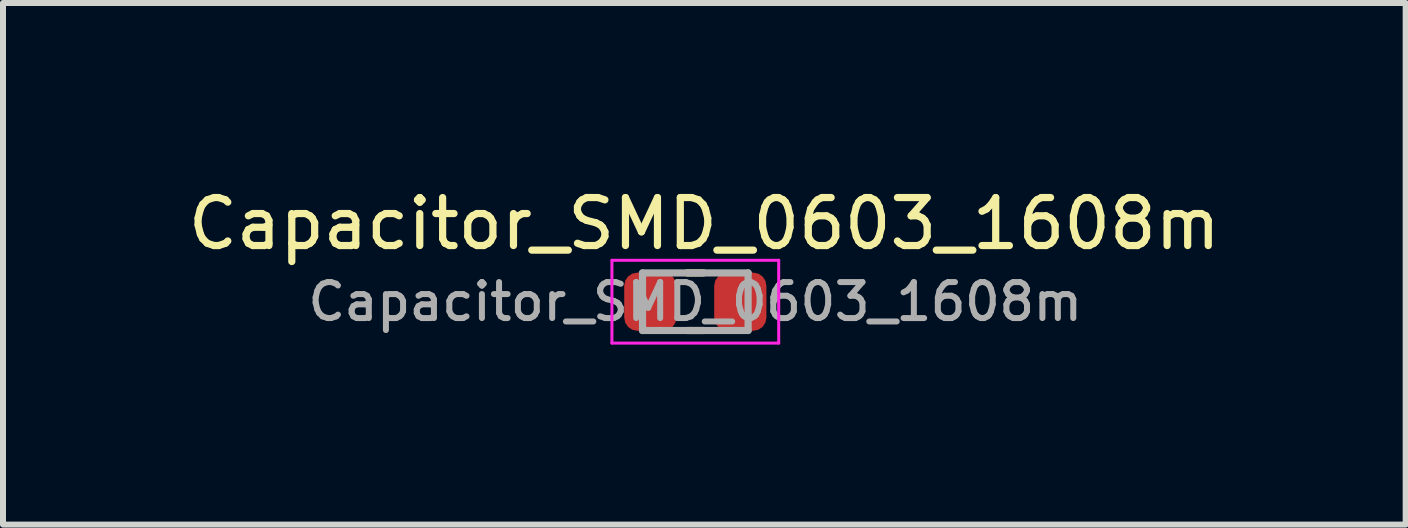
<source format=kicad_pcb>
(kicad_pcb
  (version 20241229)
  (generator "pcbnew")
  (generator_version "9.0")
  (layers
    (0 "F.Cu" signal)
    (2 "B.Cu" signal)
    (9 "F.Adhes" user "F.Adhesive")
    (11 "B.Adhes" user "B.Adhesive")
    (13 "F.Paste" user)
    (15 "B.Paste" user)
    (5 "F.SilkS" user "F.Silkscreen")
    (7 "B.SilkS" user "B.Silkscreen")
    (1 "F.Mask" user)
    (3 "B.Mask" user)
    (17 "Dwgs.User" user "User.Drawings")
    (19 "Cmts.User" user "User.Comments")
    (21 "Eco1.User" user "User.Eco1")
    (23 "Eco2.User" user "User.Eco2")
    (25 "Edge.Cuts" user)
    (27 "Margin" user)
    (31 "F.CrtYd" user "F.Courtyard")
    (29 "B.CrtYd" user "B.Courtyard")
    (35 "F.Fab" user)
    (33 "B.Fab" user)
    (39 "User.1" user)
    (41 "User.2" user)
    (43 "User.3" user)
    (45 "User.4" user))
  (footprint "Capacitor_SMD_0603_1608m"
    (layer "F.Cu")
    (at 8.54 1.979)
    (property "Reference" "Capacitor_SMD_0603_1608m" (at 0.15 -1.3 0) (unlocked yes) (layer "F.SilkS") (effects (font (size 0.8 0.8) (thickness 0.12))))
    (attr smd)
    (fp_line (start -0.135 -0.48) (end 0.135 -0.48) (stroke (width 0.12) (type solid)) (layer "F.SilkS"))
    (fp_line (start -0.135 0.48) (end 0.135 0.48) (stroke (width 0.12) (type solid)) (layer "F.SilkS"))
    (fp_line (start -1.39 -0.69) (end 1.39 -0.69) (stroke (width 0.05) (type solid)) (layer "F.CrtYd"))
    (fp_line (start -1.39 0.69) (end -1.39 -0.69) (stroke (width 0.05) (type solid)) (layer "F.CrtYd"))
    (fp_line (start 1.39 -0.69) (end 1.39 0.69) (stroke (width 0.05) (type solid)) (layer "F.CrtYd"))
    (fp_line (start 1.39 0.69) (end -1.39 0.69) (stroke (width 0.05) (type solid)) (layer "F.CrtYd"))
    (fp_line (start -0.88 -0.48) (end 0.88 -0.48) (stroke (width 0.12) (type solid)) (layer "F.Fab"))
    (fp_line (start -0.88 0.48) (end -0.88 -0.48) (stroke (width 0.12) (type solid)) (layer "F.Fab"))
    (fp_line (start 0.88 -0.48) (end 0.88 0.48) (stroke (width 0.12) (type solid)) (layer "F.Fab"))
    (fp_line (start 0.88 0.48) (end -0.88 0.48) (stroke (width 0.12) (type solid)) (layer "F.Fab"))
    (fp_text user "${REFERENCE}" (at 0 0 0) (layer "F.Fab") (effects (font (size 0.6 0.6) (thickness 0.1))))
    (pad "1" smd roundrect (at -0.75 0) (size 0.87 0.97) (layers "F.Cu" "F.Mask" "F.Paste") (roundrect_rratio 0.253))
    (pad "2" smd roundrect (at 0.75 0) (size 0.87 0.97) (layers "F.Cu" "F.Mask" "F.Paste") (roundrect_rratio 0.253)))
  (gr_rect
    (start -3 -3)
    (end 20.381 5.694)
    (stroke (width 0.1) (type default))
    (fill no)
    (layer "Edge.Cuts")))
</source>
